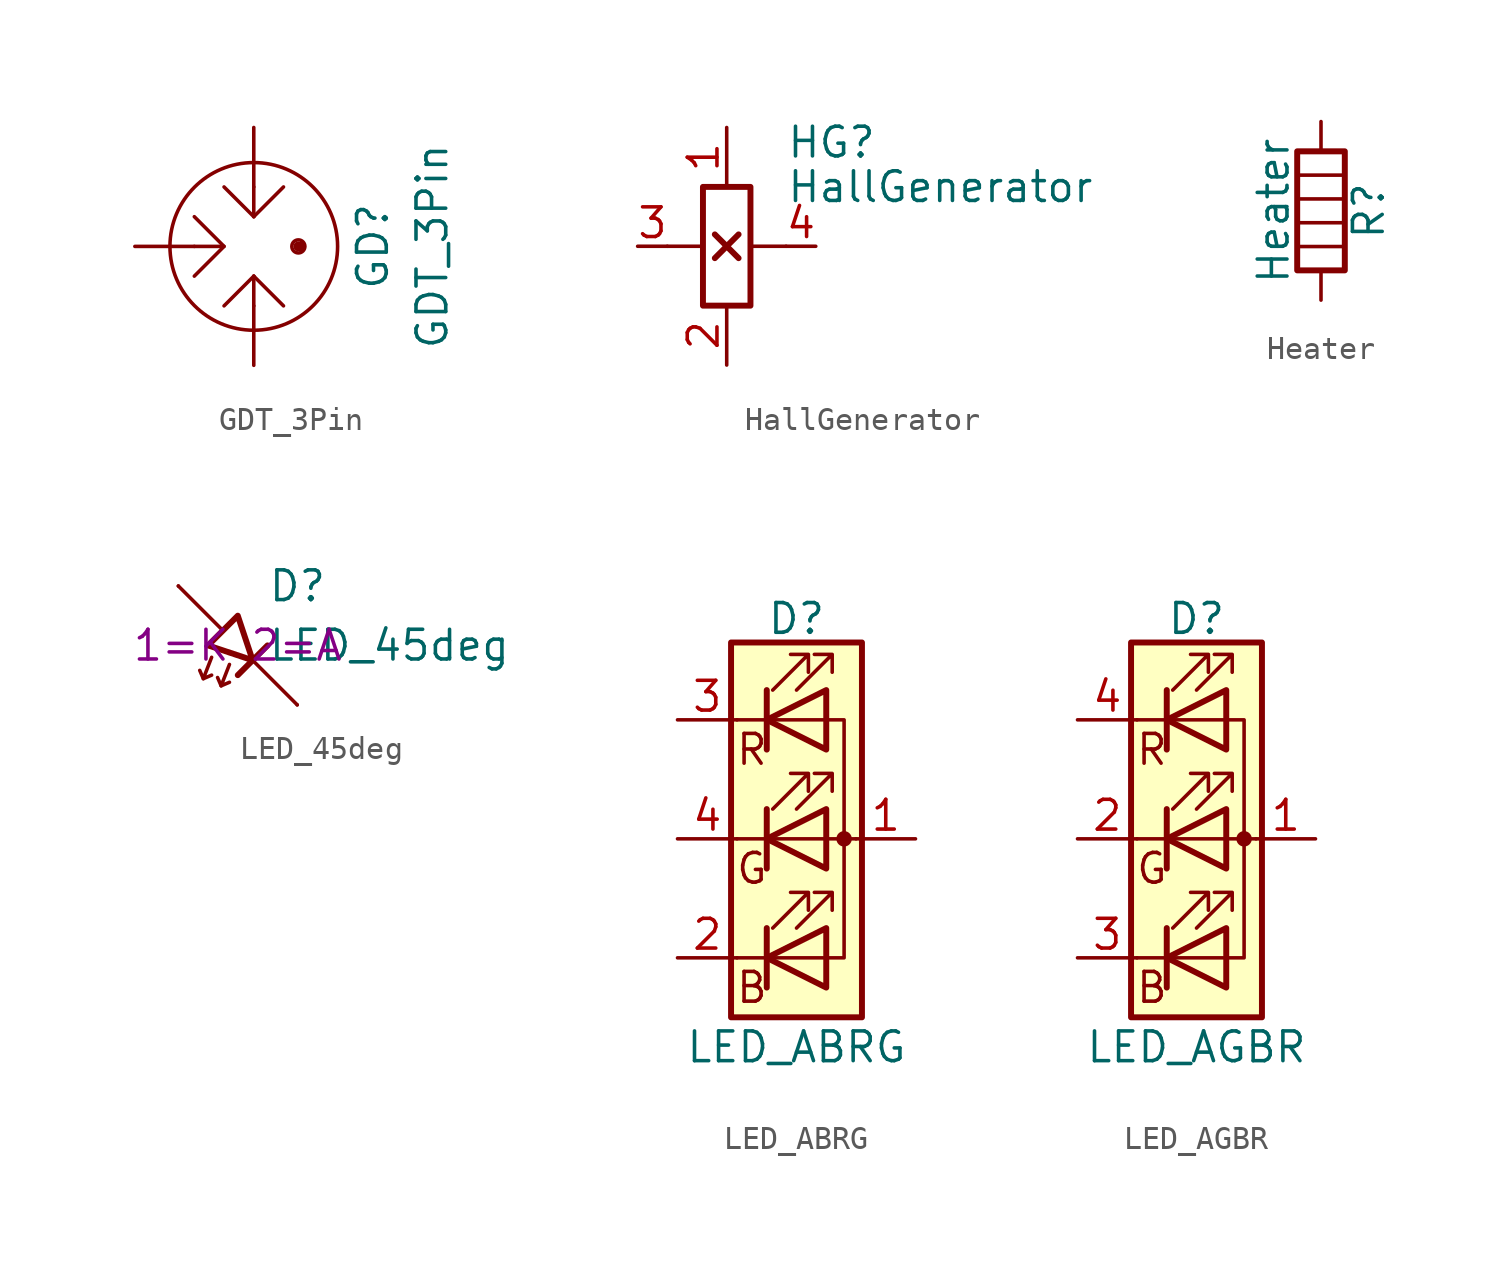
<source format=kicad_sym>
(kicad_symbol_lib
  (version 20241209)
  (generator "kicad_symbol_editor")
  (generator_version "9.0")
  (symbol "GDT_3Pin"
    (pin_numbers
      (hide yes))
    (property "Reference" "GD"
      (at 5.08 0 90)
      (effects (font (size 1.27 1.27))))
    (property "Value" "GDT_3Pin"
      (at 7.62 0 90)
      (effects (font (size 1.27 1.27))))
    (symbol "GDT_3Pin_0_1"
      (polyline (pts (xy -2.54 1.27) (xy -1.27 0) (xy -2.54 -1.27)) (stroke (width 0) (type default)) (fill (type none)))
      (polyline (pts (xy -2.54 0) (xy -1.27 0)) (stroke (width 0) (type default)) (fill (type none)))
      (polyline (pts (xy 0 2.54) (xy 0 1.27)) (stroke (width 0) (type default)) (fill (type none)))
      (polyline (pts (xy 0 1.27) (xy -1.27 2.54)) (stroke (width 0) (type default)) (fill (type none)))
      (polyline (pts (xy 0 1.27) (xy 1.27 2.54)) (stroke (width 0) (type default)) (fill (type none)))
      (circle (center 0 0) (radius 3.581) (stroke (width 0) (type default)) (fill (type none)))
      (polyline (pts (xy 0 -1.27) (xy -1.27 -2.54)) (stroke (width 0) (type default)) (fill (type none)))
      (polyline (pts (xy 0 -1.27) (xy 1.27 -2.54)) (stroke (width 0) (type default)) (fill (type none)))
      (polyline (pts (xy 0 -2.54) (xy 0 -1.27)) (stroke (width 0) (type default)) (fill (type none)))
      (circle (center 1.905 0) (radius 0.127) (stroke (width 0) (type default)) (fill (type none)))
      (circle (center 1.905 0) (radius 0.127) (stroke (width 0) (type default)) (fill (type none)))
      (circle (center 1.905 0) (radius 0.279) (stroke (width 0) (type default)) (fill (type none)))
      (circle (center 2.032 0) (radius 0.127) (stroke (width 0) (type default)) (fill (type none))))
    (symbol "GDT_3Pin_1_1"
      (pin passive line (at -5.08 0 0) (length 2.54) (name "~" (effects (font (size 1.27 1.27)))) (number "2" (effects (font (size 1.27 1.27)))))
      (pin passive line (at 0 5.08 270) (length 2.54) (name "~" (effects (font (size 1.27 1.27)))) (number "3" (effects (font (size 1.27 1.27)))))
      (pin passive line (at 0 -5.08 90) (length 2.54) (name "~" (effects (font (size 1.27 1.27)))) (number "1" (effects (font (size 1.27 1.27)))))))
  (symbol "HallGenerator"
    (pin_names
      (offset 0)
      (hide yes))
    (property "Reference" "HG"
      (at 2.54 4.445 0)
      (effects (font (size 1.27 1.27)) (justify left)))
    (property "Value" "HallGenerator"
      (at 2.54 2.54 0)
      (effects (font (size 1.27 1.27)) (justify left)))
    (symbol "HallGenerator_0_1"
      (rectangle (start -1.016 2.54) (end 1.016 -2.54) (stroke (width 0.254) (type default)) (fill (type none)))
      (polyline (pts (xy -1.016 0) (xy -2.54 0)) (stroke (width 0) (type default)) (fill (type none)))
      (polyline (pts (xy -0.508 0.508) (xy 0.508 -0.508)) (stroke (width 0.254) (type default)) (fill (type none)))
      (polyline (pts (xy -0.508 -0.508) (xy 0.508 0.508)) (stroke (width 0.254) (type default)) (fill (type none)))
      (polyline (pts (xy 1.016 0) (xy 2.54 0)) (stroke (width 0) (type default)) (fill (type none))))
    (symbol "HallGenerator_1_1"
      (pin passive line (at -3.81 0 0) (length 1.27) (name "UH1" (effects (font (size 1.27 1.27)))) (number "3" (effects (font (size 1.27 1.27)))))
      (pin passive line (at 0 5.08 270) (length 2.54) (name "U1" (effects (font (size 1.27 1.27)))) (number "1" (effects (font (size 1.27 1.27)))))
      (pin passive line (at 0 -5.08 90) (length 2.54) (name "U2" (effects (font (size 1.27 1.27)))) (number "2" (effects (font (size 1.27 1.27)))))
      (pin passive line (at 3.81 0 180) (length 1.27) (name "UH2" (effects (font (size 1.27 1.27)))) (number "4" (effects (font (size 1.27 1.27)))))))
  (symbol "Heater"
    (pin_numbers
      (hide yes))
    (pin_names
      (offset 0))
    (property "Reference" "R"
      (at 2.032 0 90)
      (effects (font (size 1.27 1.27))))
    (property "Value" "Heater"
      (at -2.032 0 90)
      (effects (font (size 1.27 1.27))))
    (symbol "Heater_0_1"
      (polyline (pts (xy -1.016 1.524) (xy 1.016 1.524)) (stroke (width 0) (type default)) (fill (type none)))
      (rectangle (start -1.016 -2.54) (end 1.016 2.54) (stroke (width 0.254) (type default)) (fill (type none)))
      (polyline (pts (xy 1.016 0.508) (xy -1.016 0.508)) (stroke (width 0) (type default)) (fill (type none)))
      (polyline (pts (xy 1.016 -0.508) (xy -1.016 -0.508)) (stroke (width 0) (type default)) (fill (type none)))
      (polyline (pts (xy 1.016 -1.524) (xy -1.016 -1.524)) (stroke (width 0) (type default)) (fill (type none))))
    (symbol "Heater_1_1"
      (pin passive line (at 0 3.81 270) (length 1.27) (name "~" (effects (font (size 1.27 1.27)))) (number "1" (effects (font (size 1.27 1.27)))))
      (pin passive line (at 0 -3.81 90) (length 1.27) (name "~" (effects (font (size 1.27 1.27)))) (number "2" (effects (font (size 1.27 1.27)))))))
  (symbol "LED_45deg"
    (pin_numbers
      (hide yes))
    (pin_names
      (offset 0)
      (hide yes))
    (property "Reference" "D"
      (at 1.27 2.54 0)
      (effects (font (size 1.27 1.27)) (justify left)))
    (property "Value" "LED_45deg"
      (at 1.27 0 0)
      (effects (font (size 1.27 1.27)) (justify left)))
    (property "Sim.Pins" "1=K 2=A"
      (at 0 0 0)
      (effects (font (size 1.27 1.27))))
    (symbol "LED_45deg_0_1"
      (polyline (pts (xy -1.473 -1.422) (xy -1.626 -1.067)) (stroke (width 0) (type default)) (fill (type none)))
      (polyline (pts (xy -1.27 0) (xy 0 1.27) (xy 0.635 -0.635) (xy -1.27 0)) (stroke (width 0.254) (type default)) (fill (type none)))
      (polyline (pts (xy -1.118 -0.508) (xy -1.473 -1.422) (xy -1.118 -1.27)) (stroke (width 0) (type default)) (fill (type none)))
      (polyline (pts (xy -0.711 -1.727) (xy -0.864 -1.372)) (stroke (width 0) (type default)) (fill (type none)))
      (polyline (pts (xy -0.635 0.635) (xy -2.54 2.54)) (stroke (width 0) (type default)) (fill (type none)))
      (polyline (pts (xy -0.356 -0.813) (xy -0.711 -1.727) (xy -0.356 -1.575)) (stroke (width 0) (type default)) (fill (type none)))
      (polyline (pts (xy 0 -1.27) (xy 1.27 0)) (stroke (width 0.254) (type default)) (fill (type none)))
      (polyline (pts (xy 2.54 -2.54) (xy 0.635 -0.635)) (stroke (width 0) (type default)) (fill (type none))))
    (symbol "LED_45deg_1_1"
      (pin passive line (at -2.54 2.54 0) (length 0) (name "A" (effects (font (size 1.27 1.27)))) (number "2" (effects (font (size 1.27 1.27)))))
      (pin passive line (at 2.54 -2.54 180) (length 0) (name "K" (effects (font (size 1.27 1.27)))) (number "1" (effects (font (size 1.27 1.27)))))))
  (symbol "LED_ABRG"
    (pin_names
      (offset 0)
      (hide yes))
    (property "Reference" "D"
      (at 0 9.398 0)
      (effects (font (size 1.27 1.27))))
    (property "Value" "LED_ABRG"
      (at 0 -8.89 0)
      (effects (font (size 1.27 1.27))))
    (symbol "LED_ABRG_0_0"
      (text "R" (at -1.905 3.81 0) (effects (font (size 1.27 1.27))))
      (text "G" (at -1.905 -1.27 0) (effects (font (size 1.27 1.27))))
      (text "B" (at -1.905 -6.35 0) (effects (font (size 1.27 1.27)))))
    (symbol "LED_ABRG_0_1"
      (polyline (pts (xy -1.27 6.35) (xy -1.27 3.81)) (stroke (width 0.254) (type default)) (fill (type none)))
      (polyline (pts (xy -1.27 6.35) (xy -1.27 3.81) (xy -1.27 3.81)) (stroke (width 0) (type default)) (fill (type none)))
      (polyline (pts (xy -1.27 5.08) (xy -2.54 5.08)) (stroke (width 0) (type default)) (fill (type none)))
      (polyline (pts (xy -1.27 5.08) (xy 1.27 5.08)) (stroke (width 0) (type default)) (fill (type none)))
      (polyline (pts (xy -1.27 1.27) (xy -1.27 -1.27)) (stroke (width 0.254) (type default)) (fill (type none)))
      (polyline (pts (xy -1.27 1.27) (xy -1.27 -1.27) (xy -1.27 -1.27)) (stroke (width 0) (type default)) (fill (type none)))
      (polyline (pts (xy -1.27 0) (xy -2.54 0)) (stroke (width 0) (type default)) (fill (type none)))
      (polyline (pts (xy -1.27 -3.81) (xy -1.27 -6.35)) (stroke (width 0.254) (type default)) (fill (type none)))
      (polyline (pts (xy -1.27 -5.08) (xy -2.54 -5.08)) (stroke (width 0) (type default)) (fill (type none)))
      (polyline (pts (xy -1.27 -5.08) (xy 1.27 -5.08)) (stroke (width 0) (type default)) (fill (type none)))
      (polyline (pts (xy -1.016 6.35) (xy 0.508 7.874) (xy -0.254 7.874) (xy 0.508 7.874) (xy 0.508 7.112)) (stroke (width 0) (type default)) (fill (type none)))
      (polyline (pts (xy -1.016 1.27) (xy 0.508 2.794) (xy -0.254 2.794) (xy 0.508 2.794) (xy 0.508 2.032)) (stroke (width 0) (type default)) (fill (type none)))
      (polyline (pts (xy -1.016 -3.81) (xy 0.508 -2.286) (xy -0.254 -2.286) (xy 0.508 -2.286) (xy 0.508 -3.048)) (stroke (width 0) (type default)) (fill (type none)))
      (polyline (pts (xy 0 6.35) (xy 1.524 7.874) (xy 0.762 7.874) (xy 1.524 7.874) (xy 1.524 7.112)) (stroke (width 0) (type default)) (fill (type none)))
      (polyline (pts (xy 0 1.27) (xy 1.524 2.794) (xy 0.762 2.794) (xy 1.524 2.794) (xy 1.524 2.032)) (stroke (width 0) (type default)) (fill (type none)))
      (polyline (pts (xy 0 -3.81) (xy 1.524 -2.286) (xy 0.762 -2.286) (xy 1.524 -2.286) (xy 1.524 -3.048)) (stroke (width 0) (type default)) (fill (type none)))
      (polyline (pts (xy 1.27 6.35) (xy 1.27 3.81) (xy -1.27 5.08) (xy 1.27 6.35)) (stroke (width 0.254) (type default)) (fill (type none)))
      (rectangle (start 1.27 6.35) (end 1.27 6.35) (stroke (width 0) (type default)) (fill (type none)))
      (rectangle (start 1.27 3.81) (end 1.27 6.35) (stroke (width 0) (type default)) (fill (type none)))
      (polyline (pts (xy 1.27 1.27) (xy 1.27 -1.27) (xy -1.27 0) (xy 1.27 1.27)) (stroke (width 0.254) (type default)) (fill (type none)))
      (rectangle (start 1.27 1.27) (end 1.27 1.27) (stroke (width 0) (type default)) (fill (type none)))
      (polyline (pts (xy 1.27 0) (xy -1.27 0)) (stroke (width 0) (type default)) (fill (type none)))
      (polyline (pts (xy 1.27 0) (xy 2.54 0)) (stroke (width 0) (type default)) (fill (type none)))
      (rectangle (start 1.27 -1.27) (end 1.27 1.27) (stroke (width 0) (type default)) (fill (type none)))
      (polyline (pts (xy 1.27 -3.81) (xy 1.27 -6.35) (xy -1.27 -5.08) (xy 1.27 -3.81)) (stroke (width 0.254) (type default)) (fill (type none)))
      (polyline (pts (xy 1.27 -5.08) (xy 2.032 -5.08) (xy 2.032 5.08) (xy 1.27 5.08)) (stroke (width 0) (type default)) (fill (type none)))
      (circle (center 2.032 0) (radius 0.254) (stroke (width 0) (type default)) (fill (type outline)))
      (rectangle (start 2.794 8.382) (end -2.794 -7.62) (stroke (width 0.254) (type default)) (fill (type background))))
    (symbol "LED_ABRG_1_1"
      (pin passive line (at -5.08 5.08 0) (length 2.54) (name "RK" (effects (font (size 1.27 1.27)))) (number "3" (effects (font (size 1.27 1.27)))))
      (pin passive line (at -5.08 0 0) (length 2.54) (name "GK" (effects (font (size 1.27 1.27)))) (number "4" (effects (font (size 1.27 1.27)))))
      (pin passive line (at -5.08 -5.08 0) (length 2.54) (name "BK" (effects (font (size 1.27 1.27)))) (number "2" (effects (font (size 1.27 1.27)))))
      (pin passive line (at 5.08 0 180) (length 2.54) (name "A" (effects (font (size 1.27 1.27)))) (number "1" (effects (font (size 1.27 1.27)))))))
  (symbol "LED_AGBR"
    (pin_names
      (offset 0)
      (hide yes))
    (property "Reference" "D"
      (at 0 9.398 0)
      (effects (font (size 1.27 1.27))))
    (property "Value" "LED_AGBR"
      (at 0 -8.89 0)
      (effects (font (size 1.27 1.27))))
    (symbol "LED_AGBR_0_0"
      (text "R" (at -1.905 3.81 0) (effects (font (size 1.27 1.27))))
      (text "G" (at -1.905 -1.27 0) (effects (font (size 1.27 1.27))))
      (text "B" (at -1.905 -6.35 0) (effects (font (size 1.27 1.27)))))
    (symbol "LED_AGBR_0_1"
      (polyline (pts (xy -1.27 6.35) (xy -1.27 3.81)) (stroke (width 0.254) (type default)) (fill (type none)))
      (polyline (pts (xy -1.27 6.35) (xy -1.27 3.81) (xy -1.27 3.81)) (stroke (width 0) (type default)) (fill (type none)))
      (polyline (pts (xy -1.27 5.08) (xy -2.54 5.08)) (stroke (width 0) (type default)) (fill (type none)))
      (polyline (pts (xy -1.27 5.08) (xy 1.27 5.08)) (stroke (width 0) (type default)) (fill (type none)))
      (polyline (pts (xy -1.27 1.27) (xy -1.27 -1.27)) (stroke (width 0.254) (type default)) (fill (type none)))
      (polyline (pts (xy -1.27 1.27) (xy -1.27 -1.27) (xy -1.27 -1.27)) (stroke (width 0) (type default)) (fill (type none)))
      (polyline (pts (xy -1.27 0) (xy -2.54 0)) (stroke (width 0) (type default)) (fill (type none)))
      (polyline (pts (xy -1.27 -3.81) (xy -1.27 -6.35)) (stroke (width 0.254) (type default)) (fill (type none)))
      (polyline (pts (xy -1.27 -5.08) (xy -2.54 -5.08)) (stroke (width 0) (type default)) (fill (type none)))
      (polyline (pts (xy -1.27 -5.08) (xy 1.27 -5.08)) (stroke (width 0) (type default)) (fill (type none)))
      (polyline (pts (xy -1.016 6.35) (xy 0.508 7.874) (xy -0.254 7.874) (xy 0.508 7.874) (xy 0.508 7.112)) (stroke (width 0) (type default)) (fill (type none)))
      (polyline (pts (xy -1.016 1.27) (xy 0.508 2.794) (xy -0.254 2.794) (xy 0.508 2.794) (xy 0.508 2.032)) (stroke (width 0) (type default)) (fill (type none)))
      (polyline (pts (xy -1.016 -3.81) (xy 0.508 -2.286) (xy -0.254 -2.286) (xy 0.508 -2.286) (xy 0.508 -3.048)) (stroke (width 0) (type default)) (fill (type none)))
      (polyline (pts (xy 0 6.35) (xy 1.524 7.874) (xy 0.762 7.874) (xy 1.524 7.874) (xy 1.524 7.112)) (stroke (width 0) (type default)) (fill (type none)))
      (polyline (pts (xy 0 1.27) (xy 1.524 2.794) (xy 0.762 2.794) (xy 1.524 2.794) (xy 1.524 2.032)) (stroke (width 0) (type default)) (fill (type none)))
      (polyline (pts (xy 0 -3.81) (xy 1.524 -2.286) (xy 0.762 -2.286) (xy 1.524 -2.286) (xy 1.524 -3.048)) (stroke (width 0) (type default)) (fill (type none)))
      (polyline (pts (xy 1.27 6.35) (xy 1.27 3.81) (xy -1.27 5.08) (xy 1.27 6.35)) (stroke (width 0.254) (type default)) (fill (type none)))
      (rectangle (start 1.27 6.35) (end 1.27 6.35) (stroke (width 0) (type default)) (fill (type none)))
      (rectangle (start 1.27 3.81) (end 1.27 6.35) (stroke (width 0) (type default)) (fill (type none)))
      (polyline (pts (xy 1.27 1.27) (xy 1.27 -1.27) (xy -1.27 0) (xy 1.27 1.27)) (stroke (width 0.254) (type default)) (fill (type none)))
      (rectangle (start 1.27 1.27) (end 1.27 1.27) (stroke (width 0) (type default)) (fill (type none)))
      (polyline (pts (xy 1.27 0) (xy -1.27 0)) (stroke (width 0) (type default)) (fill (type none)))
      (polyline (pts (xy 1.27 0) (xy 2.54 0)) (stroke (width 0) (type default)) (fill (type none)))
      (rectangle (start 1.27 -1.27) (end 1.27 1.27) (stroke (width 0) (type default)) (fill (type none)))
      (polyline (pts (xy 1.27 -3.81) (xy 1.27 -6.35) (xy -1.27 -5.08) (xy 1.27 -3.81)) (stroke (width 0.254) (type default)) (fill (type none)))
      (polyline (pts (xy 1.27 -5.08) (xy 2.032 -5.08) (xy 2.032 5.08) (xy 1.27 5.08)) (stroke (width 0) (type default)) (fill (type none)))
      (circle (center 2.032 0) (radius 0.254) (stroke (width 0) (type default)) (fill (type outline)))
      (rectangle (start 2.794 8.382) (end -2.794 -7.62) (stroke (width 0.254) (type default)) (fill (type background))))
    (symbol "LED_AGBR_1_1"
      (pin passive line (at -5.08 5.08 0) (length 2.54) (name "RK" (effects (font (size 1.27 1.27)))) (number "4" (effects (font (size 1.27 1.27)))))
      (pin passive line (at -5.08 0 0) (length 2.54) (name "GK" (effects (font (size 1.27 1.27)))) (number "2" (effects (font (size 1.27 1.27)))))
      (pin passive line (at -5.08 -5.08 0) (length 2.54) (name "BK" (effects (font (size 1.27 1.27)))) (number "3" (effects (font (size 1.27 1.27)))))
      (pin passive line (at 5.08 0 180) (length 2.54) (name "A" (effects (font (size 1.27 1.27)))) (number "1" (effects (font (size 1.27 1.27))))))))
</source>
